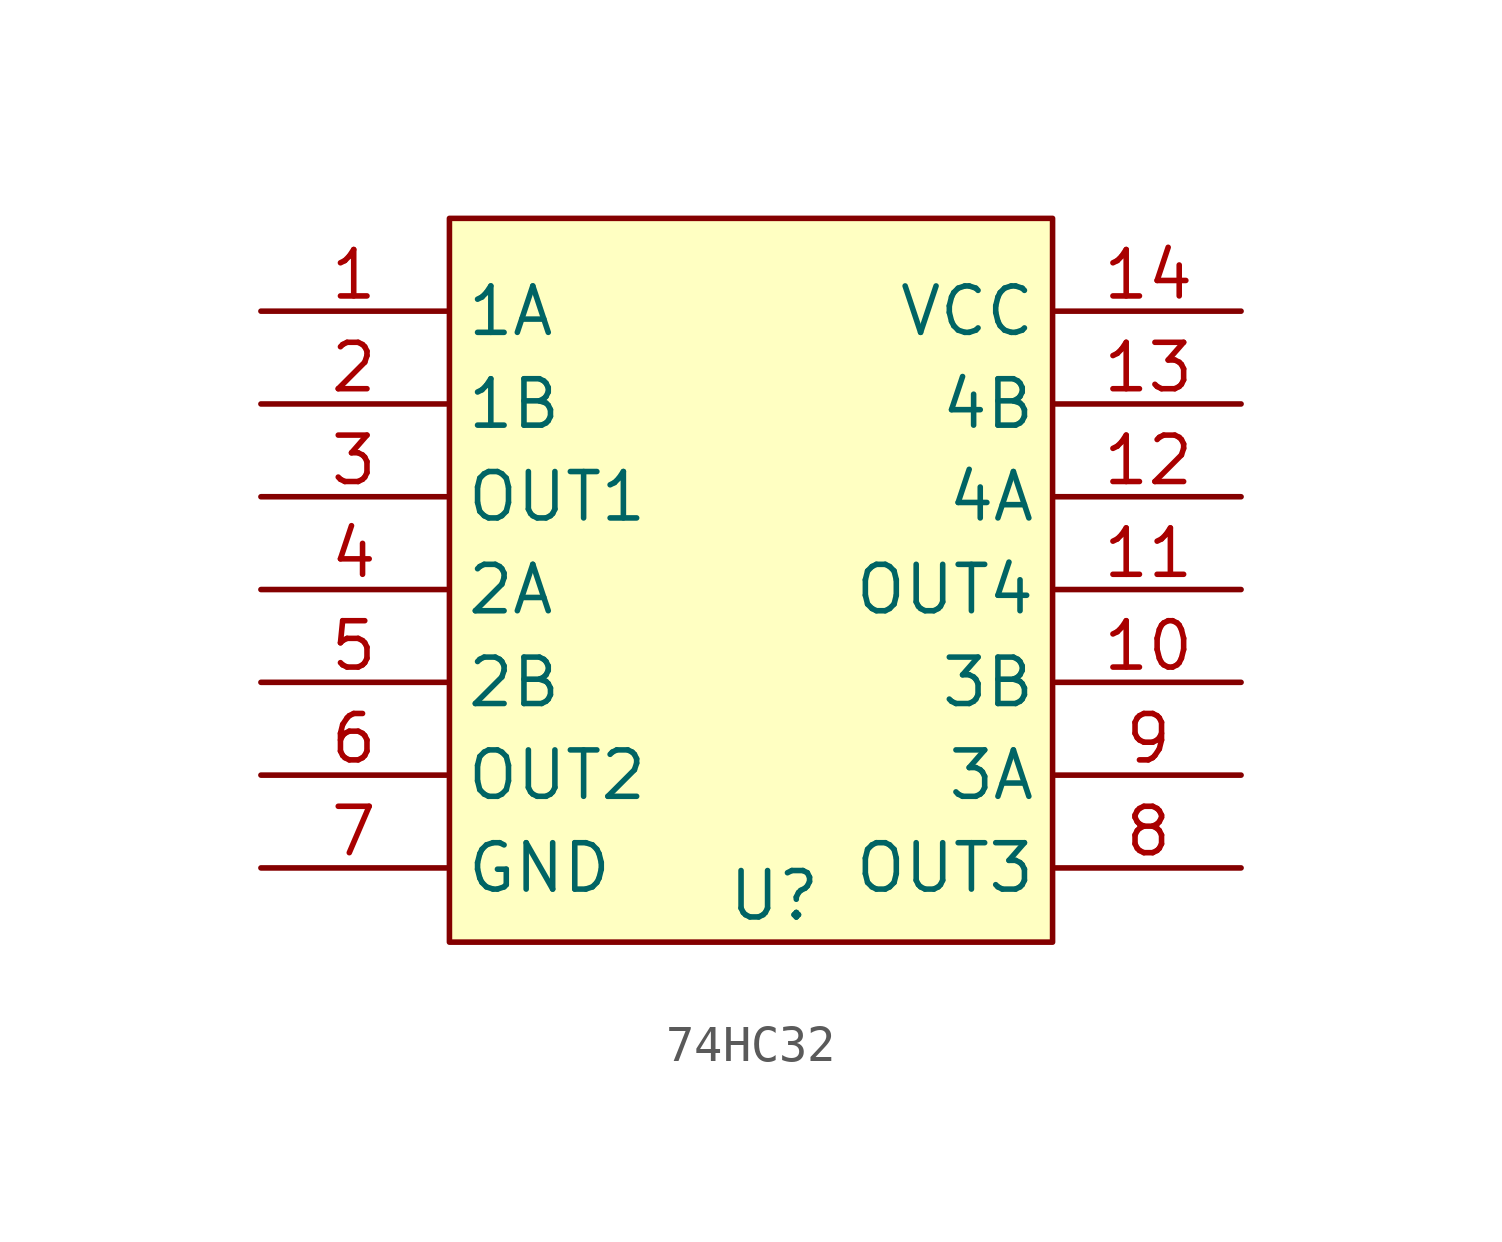
<source format=kicad_sym>
(kicad_symbol_lib
  (version 20241209)
  (generator "kicad_symbol_editor")
  (generator_version "9.0")
  (symbol "74HC32"
    (property "Reference" "U"
      (at 0 -4.572 0)
      (effects (font (size 1.27 1.27))))
    (property "Value" ""
      (at 0 0 0)
      (effects (font (size 1.27 1.27))))
    (symbol "74HC32_1_1"
      (rectangle (start -8.89 13.97) (end 7.62 -5.842) (stroke (width 0) (type solid)) (fill (type color) (color 255 255 194 1)))
      (pin bidirectional line (at -14.05 11.43 0) (length 5.08) (name "1A" (effects (font (size 1.27 1.27)))) (number "1" (effects (font (size 1.27 1.27)))))
      (pin bidirectional line (at -14.05 8.89 0) (length 5.08) (name "1B" (effects (font (size 1.27 1.27)))) (number "2" (effects (font (size 1.27 1.27)))))
      (pin bidirectional line (at -14.05 6.35 0) (length 5.08) (name "OUT1" (effects (font (size 1.27 1.27)))) (number "3" (effects (font (size 1.27 1.27)))))
      (pin bidirectional line (at -14.05 3.81 0) (length 5.08) (name "2A" (effects (font (size 1.27 1.27)))) (number "4" (effects (font (size 1.27 1.27)))))
      (pin bidirectional line (at -14.05 1.27 0) (length 5.08) (name "2B" (effects (font (size 1.27 1.27)))) (number "5" (effects (font (size 1.27 1.27)))))
      (pin bidirectional line (at -14.05 -1.27 0) (length 5.08) (name "OUT2" (effects (font (size 1.27 1.27)))) (number "6" (effects (font (size 1.27 1.27)))))
      (pin bidirectional line (at -14.05 -3.81 0) (length 5.08) (name "GND" (effects (font (size 1.27 1.27)))) (number "7" (effects (font (size 1.27 1.27)))))
      (pin bidirectional line (at 12.78 11.43 180) (length 5.08) (name "VCC" (effects (font (size 1.27 1.27)))) (number "14" (effects (font (size 1.27 1.27)))))
      (pin bidirectional line (at 12.78 8.89 180) (length 5.08) (name "4B" (effects (font (size 1.27 1.27)))) (number "13" (effects (font (size 1.27 1.27)))))
      (pin bidirectional line (at 12.78 6.35 180) (length 5.08) (name "4A" (effects (font (size 1.27 1.27)))) (number "12" (effects (font (size 1.27 1.27)))))
      (pin bidirectional line (at 12.78 3.81 180) (length 5.08) (name "OUT4" (effects (font (size 1.27 1.27)))) (number "11" (effects (font (size 1.27 1.27)))))
      (pin bidirectional line (at 12.78 1.27 180) (length 5.08) (name "3B" (effects (font (size 1.27 1.27)))) (number "10" (effects (font (size 1.27 1.27)))))
      (pin bidirectional line (at 12.78 -1.27 180) (length 5.08) (name "3A" (effects (font (size 1.27 1.27)))) (number "9" (effects (font (size 1.27 1.27)))))
      (pin bidirectional line (at 12.78 -3.81 180) (length 5.08) (name "OUT3" (effects (font (size 1.27 1.27)))) (number "8" (effects (font (size 1.27 1.27))))))))
</source>
